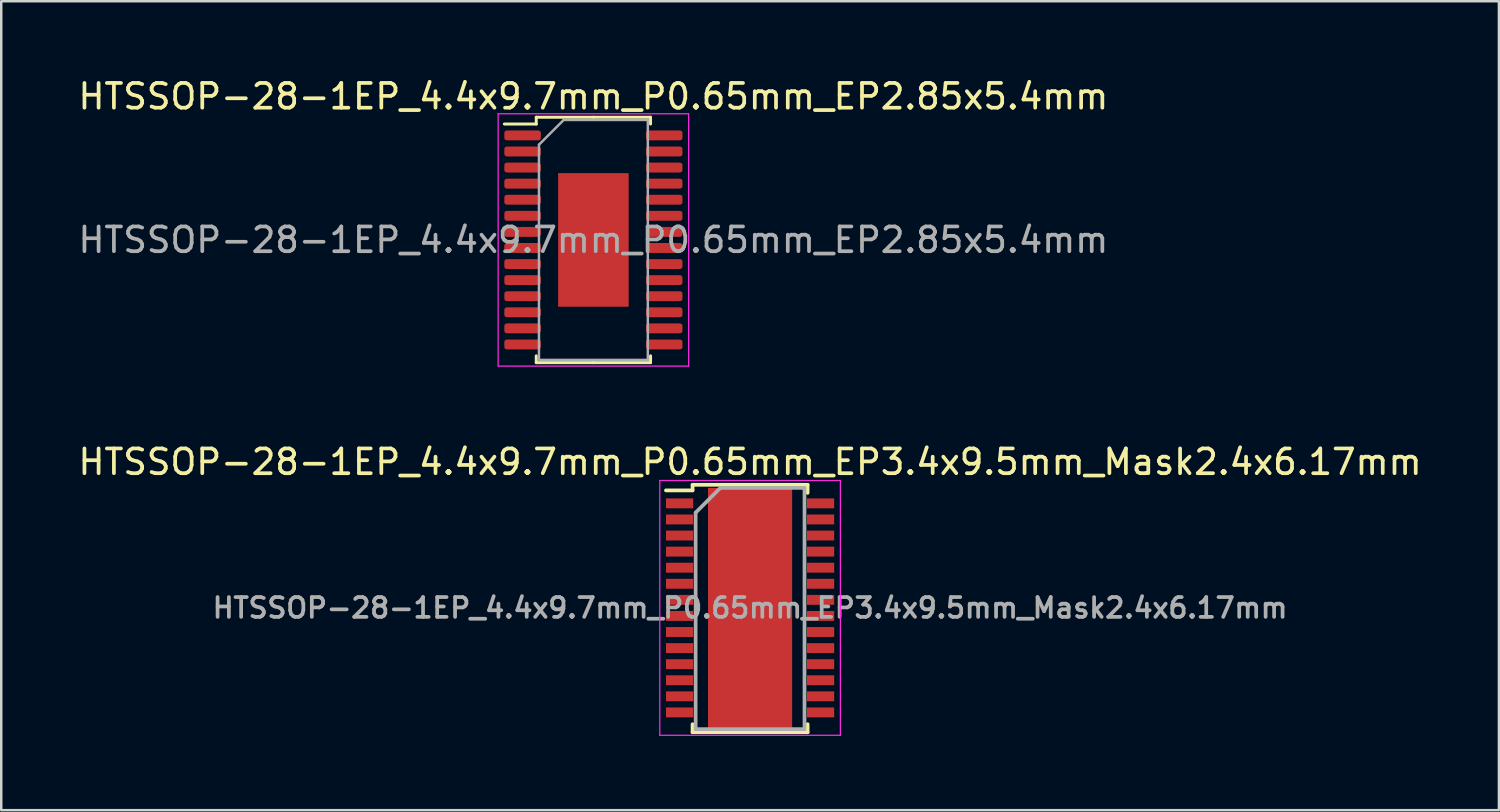
<source format=kicad_pcb>
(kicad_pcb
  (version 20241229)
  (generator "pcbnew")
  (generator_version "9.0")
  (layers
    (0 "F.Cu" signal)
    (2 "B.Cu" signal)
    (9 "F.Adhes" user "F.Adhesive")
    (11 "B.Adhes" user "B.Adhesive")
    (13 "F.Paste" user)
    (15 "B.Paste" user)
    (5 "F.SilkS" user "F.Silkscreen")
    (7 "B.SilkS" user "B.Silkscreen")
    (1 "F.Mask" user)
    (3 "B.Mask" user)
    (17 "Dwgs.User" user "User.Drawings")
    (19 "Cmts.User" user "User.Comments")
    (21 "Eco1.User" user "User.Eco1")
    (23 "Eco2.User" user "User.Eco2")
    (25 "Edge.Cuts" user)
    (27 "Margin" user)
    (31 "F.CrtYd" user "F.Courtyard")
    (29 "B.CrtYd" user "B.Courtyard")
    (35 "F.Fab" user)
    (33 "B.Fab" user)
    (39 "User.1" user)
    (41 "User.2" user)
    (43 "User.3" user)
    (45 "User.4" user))
  (footprint "HTSSOP-28-1EP_4.4x9.7mm_P0.65mm_EP2.85x5.4mm"
    (layer "F.Cu")
    (at 20.935 6.648)
    (property "Reference" "HTSSOP-28-1EP_4.4x9.7mm_P0.65mm_EP2.85x5.4mm" (at 0 -5.8 0) (layer "F.SilkS") (effects (font (size 1 1) (thickness 0.15))))
    (attr smd)
    (fp_line (start -2.31 -4.96) (end -2.31 -4.685) (stroke (width 0.12) (type solid)) (layer "F.SilkS"))
    (fp_line (start -2.31 -4.685) (end -3.6 -4.685) (stroke (width 0.12) (type solid)) (layer "F.SilkS"))
    (fp_line (start -2.31 4.96) (end -2.31 4.685) (stroke (width 0.12) (type solid)) (layer "F.SilkS"))
    (fp_line (start 0 -4.96) (end -2.31 -4.96) (stroke (width 0.12) (type solid)) (layer "F.SilkS"))
    (fp_line (start 0 -4.96) (end 2.31 -4.96) (stroke (width 0.12) (type solid)) (layer "F.SilkS"))
    (fp_line (start 0 4.96) (end -2.31 4.96) (stroke (width 0.12) (type solid)) (layer "F.SilkS"))
    (fp_line (start 0 4.96) (end 2.31 4.96) (stroke (width 0.12) (type solid)) (layer "F.SilkS"))
    (fp_line (start 2.31 -4.96) (end 2.31 -4.685) (stroke (width 0.12) (type solid)) (layer "F.SilkS"))
    (fp_line (start 2.31 4.96) (end 2.31 4.685) (stroke (width 0.12) (type solid)) (layer "F.SilkS"))
    (fp_line (start -3.85 -5.1) (end -3.85 5.1) (stroke (width 0.05) (type solid)) (layer "F.CrtYd"))
    (fp_line (start -3.85 5.1) (end 3.85 5.1) (stroke (width 0.05) (type solid)) (layer "F.CrtYd"))
    (fp_line (start 3.85 -5.1) (end -3.85 -5.1) (stroke (width 0.05) (type solid)) (layer "F.CrtYd"))
    (fp_line (start 3.85 5.1) (end 3.85 -5.1) (stroke (width 0.05) (type solid)) (layer "F.CrtYd"))
    (fp_line (start -2.2 -3.85) (end -1.2 -4.85) (stroke (width 0.1) (type solid)) (layer "F.Fab"))
    (fp_line (start -2.2 4.85) (end -2.2 -3.85) (stroke (width 0.1) (type solid)) (layer "F.Fab"))
    (fp_line (start -1.2 -4.85) (end 2.2 -4.85) (stroke (width 0.1) (type solid)) (layer "F.Fab"))
    (fp_line (start 2.2 -4.85) (end 2.2 4.85) (stroke (width 0.1) (type solid)) (layer "F.Fab"))
    (fp_line (start 2.2 4.85) (end -2.2 4.85) (stroke (width 0.1) (type solid)) (layer "F.Fab"))
    (fp_text user "${REFERENCE}" (at 0 0 0) (layer "F.Fab") (effects (font (size 1 1) (thickness 0.15))))
    (pad "" smd roundrect (at 0 0) (size 2.3 4.35) (layers "F.Paste") (roundrect_rratio 0.109))
    (pad "1" smd roundrect (at -2.862 -4.225) (size 1.475 0.4) (layers "F.Cu" "F.Mask" "F.Paste") (roundrect_rratio 0.25))
    (pad "2" smd roundrect (at -2.862 -3.575) (size 1.475 0.4) (layers "F.Cu" "F.Mask" "F.Paste") (roundrect_rratio 0.25))
    (pad "3" smd roundrect (at -2.862 -2.925) (size 1.475 0.4) (layers "F.Cu" "F.Mask" "F.Paste") (roundrect_rratio 0.25))
    (pad "4" smd roundrect (at -2.862 -2.275) (size 1.475 0.4) (layers "F.Cu" "F.Mask" "F.Paste") (roundrect_rratio 0.25))
    (pad "5" smd roundrect (at -2.862 -1.625) (size 1.475 0.4) (layers "F.Cu" "F.Mask" "F.Paste") (roundrect_rratio 0.25))
    (pad "6" smd roundrect (at -2.862 -0.975) (size 1.475 0.4) (layers "F.Cu" "F.Mask" "F.Paste") (roundrect_rratio 0.25))
    (pad "7" smd roundrect (at -2.862 -0.325) (size 1.475 0.4) (layers "F.Cu" "F.Mask" "F.Paste") (roundrect_rratio 0.25))
    (pad "8" smd roundrect (at -2.862 0.325) (size 1.475 0.4) (layers "F.Cu" "F.Mask" "F.Paste") (roundrect_rratio 0.25))
    (pad "9" smd roundrect (at -2.862 0.975) (size 1.475 0.4) (layers "F.Cu" "F.Mask" "F.Paste") (roundrect_rratio 0.25))
    (pad "10" smd roundrect (at -2.862 1.625) (size 1.475 0.4) (layers "F.Cu" "F.Mask" "F.Paste") (roundrect_rratio 0.25))
    (pad "11" smd roundrect (at -2.862 2.275) (size 1.475 0.4) (layers "F.Cu" "F.Mask" "F.Paste") (roundrect_rratio 0.25))
    (pad "12" smd roundrect (at -2.862 2.925) (size 1.475 0.4) (layers "F.Cu" "F.Mask" "F.Paste") (roundrect_rratio 0.25))
    (pad "13" smd roundrect (at -2.862 3.575) (size 1.475 0.4) (layers "F.Cu" "F.Mask" "F.Paste") (roundrect_rratio 0.25))
    (pad "14" smd roundrect (at -2.862 4.225) (size 1.475 0.4) (layers "F.Cu" "F.Mask" "F.Paste") (roundrect_rratio 0.25))
    (pad "15" smd roundrect (at 2.862 4.225) (size 1.475 0.4) (layers "F.Cu" "F.Mask" "F.Paste") (roundrect_rratio 0.25))
    (pad "16" smd roundrect (at 2.862 3.575) (size 1.475 0.4) (layers "F.Cu" "F.Mask" "F.Paste") (roundrect_rratio 0.25))
    (pad "17" smd roundrect (at 2.862 2.925) (size 1.475 0.4) (layers "F.Cu" "F.Mask" "F.Paste") (roundrect_rratio 0.25))
    (pad "18" smd roundrect (at 2.862 2.275) (size 1.475 0.4) (layers "F.Cu" "F.Mask" "F.Paste") (roundrect_rratio 0.25))
    (pad "19" smd roundrect (at 2.862 1.625) (size 1.475 0.4) (layers "F.Cu" "F.Mask" "F.Paste") (roundrect_rratio 0.25))
    (pad "20" smd roundrect (at 2.862 0.975) (size 1.475 0.4) (layers "F.Cu" "F.Mask" "F.Paste") (roundrect_rratio 0.25))
    (pad "21" smd roundrect (at 2.862 0.325) (size 1.475 0.4) (layers "F.Cu" "F.Mask" "F.Paste") (roundrect_rratio 0.25))
    (pad "22" smd roundrect (at 2.862 -0.325) (size 1.475 0.4) (layers "F.Cu" "F.Mask" "F.Paste") (roundrect_rratio 0.25))
    (pad "23" smd roundrect (at 2.862 -0.975) (size 1.475 0.4) (layers "F.Cu" "F.Mask" "F.Paste") (roundrect_rratio 0.25))
    (pad "24" smd roundrect (at 2.862 -1.625) (size 1.475 0.4) (layers "F.Cu" "F.Mask" "F.Paste") (roundrect_rratio 0.25))
    (pad "25" smd roundrect (at 2.862 -2.275) (size 1.475 0.4) (layers "F.Cu" "F.Mask" "F.Paste") (roundrect_rratio 0.25))
    (pad "26" smd roundrect (at 2.862 -2.925) (size 1.475 0.4) (layers "F.Cu" "F.Mask" "F.Paste") (roundrect_rratio 0.25))
    (pad "27" smd roundrect (at 2.862 -3.575) (size 1.475 0.4) (layers "F.Cu" "F.Mask" "F.Paste") (roundrect_rratio 0.25))
    (pad "28" smd roundrect (at 2.862 -4.225) (size 1.475 0.4) (layers "F.Cu" "F.Mask" "F.Paste") (roundrect_rratio 0.25))
    (pad "29" smd rect (at 0 0) (size 2.85 5.4) (layers "F.Cu" "F.Mask")))
  (footprint "HTSSOP-28-1EP_4.4x9.7mm_P0.65mm_EP3.4x9.5mm_Mask2.4x6.17mm"
    (layer "F.Cu")
    (at 27.268 21.521)
    (property "Reference" "HTSSOP-28-1EP_4.4x9.7mm_P0.65mm_EP3.4x9.5mm_Mask2.4x6.17mm" (at 0 -5.9 0) (layer "F.SilkS") (effects (font (size 1 1) (thickness 0.15))))
    (attr smd)
    (fp_line (start -2.325 -4.975) (end -2.325 -4.75) (stroke (width 0.15) (type solid)) (layer "F.SilkS"))
    (fp_line (start -2.325 -4.975) (end 2.325 -4.975) (stroke (width 0.15) (type solid)) (layer "F.SilkS"))
    (fp_line (start -2.325 -4.75) (end -3.4 -4.75) (stroke (width 0.15) (type solid)) (layer "F.SilkS"))
    (fp_line (start -2.325 5.026) (end -2.325 4.701) (stroke (width 0.15) (type solid)) (layer "F.SilkS"))
    (fp_line (start -2.325 5.026) (end 2.325 5.026) (stroke (width 0.15) (type solid)) (layer "F.SilkS"))
    (fp_line (start 2.325 -4.975) (end 2.325 -4.65) (stroke (width 0.15) (type solid)) (layer "F.SilkS"))
    (fp_line (start 2.325 5.026) (end 2.325 4.701) (stroke (width 0.15) (type solid)) (layer "F.SilkS"))
    (fp_line (start -3.65 -5.15) (end -3.65 5.15) (stroke (width 0.05) (type solid)) (layer "F.CrtYd"))
    (fp_line (start -3.65 -5.15) (end 3.65 -5.15) (stroke (width 0.05) (type solid)) (layer "F.CrtYd"))
    (fp_line (start -3.65 5.15) (end 3.65 5.15) (stroke (width 0.05) (type solid)) (layer "F.CrtYd"))
    (fp_line (start 3.65 -5.15) (end 3.65 5.15) (stroke (width 0.05) (type solid)) (layer "F.CrtYd"))
    (fp_line (start -2.2 -3.85) (end -1.2 -4.85) (stroke (width 0.15) (type solid)) (layer "F.Fab"))
    (fp_line (start -2.2 4.85) (end -2.2 -3.85) (stroke (width 0.15) (type solid)) (layer "F.Fab"))
    (fp_line (start -1.2 -4.85) (end 2.2 -4.85) (stroke (width 0.15) (type solid)) (layer "F.Fab"))
    (fp_line (start 2.2 -4.85) (end 2.2 4.85) (stroke (width 0.15) (type solid)) (layer "F.Fab"))
    (fp_line (start 2.2 4.901) (end -2.2 4.901) (stroke (width 0.15) (type solid)) (layer "F.Fab"))
    (fp_text user "${REFERENCE}" (at 0 0 0) (layer "F.Fab") (effects (font (size 0.8 0.8) (thickness 0.15))))
    (pad "" smd rect (at -0.6 -2.468) (size 0.9 0.93) (layers "F.Paste"))
    (pad "" smd rect (at -0.6 -1.234) (size 0.9 0.93) (layers "F.Paste"))
    (pad "" smd rect (at -0.6 0) (size 0.9 0.93) (layers "F.Paste"))
    (pad "" smd rect (at -0.6 1.234) (size 0.9 0.93) (layers "F.Paste"))
    (pad "" smd rect (at -0.6 2.468) (size 0.9 0.93) (layers "F.Paste"))
    (pad "" smd rect (at 0 0) (size 2.4 6.17) (layers "F.Mask"))
    (pad "" smd rect (at 0.6 -2.468) (size 0.9 0.93) (layers "F.Paste"))
    (pad "" smd rect (at 0.6 -1.234) (size 0.9 0.93) (layers "F.Paste"))
    (pad "" smd rect (at 0.6 0) (size 0.9 0.93) (layers "F.Paste"))
    (pad "" smd rect (at 0.6 1.234) (size 0.9 0.93) (layers "F.Paste"))
    (pad "" smd rect (at 0.6 2.468) (size 0.9 0.93) (layers "F.Paste"))
    (pad "1" smd rect (at -2.85 -4.225) (size 1.1 0.4) (layers "F.Cu" "F.Mask" "F.Paste"))
    (pad "2" smd rect (at -2.85 -3.575) (size 1.1 0.4) (layers "F.Cu" "F.Mask" "F.Paste"))
    (pad "3" smd rect (at -2.85 -2.925) (size 1.1 0.4) (layers "F.Cu" "F.Mask" "F.Paste"))
    (pad "4" smd rect (at -2.85 -2.275) (size 1.1 0.4) (layers "F.Cu" "F.Mask" "F.Paste"))
    (pad "5" smd rect (at -2.85 -1.625) (size 1.1 0.4) (layers "F.Cu" "F.Mask" "F.Paste"))
    (pad "6" smd rect (at -2.85 -0.975) (size 1.1 0.4) (layers "F.Cu" "F.Mask" "F.Paste"))
    (pad "7" smd rect (at -2.85 -0.325) (size 1.1 0.4) (layers "F.Cu" "F.Mask" "F.Paste"))
    (pad "8" smd rect (at -2.85 0.325) (size 1.1 0.4) (layers "F.Cu" "F.Mask" "F.Paste"))
    (pad "9" smd rect (at -2.85 0.975) (size 1.1 0.4) (layers "F.Cu" "F.Mask" "F.Paste"))
    (pad "10" smd rect (at -2.85 1.625) (size 1.1 0.4) (layers "F.Cu" "F.Mask" "F.Paste"))
    (pad "11" smd rect (at -2.85 2.275) (size 1.1 0.4) (layers "F.Cu" "F.Mask" "F.Paste"))
    (pad "12" smd rect (at -2.85 2.925) (size 1.1 0.4) (layers "F.Cu" "F.Mask" "F.Paste"))
    (pad "13" smd rect (at -2.85 3.575) (size 1.1 0.4) (layers "F.Cu" "F.Mask" "F.Paste"))
    (pad "14" smd rect (at -2.85 4.225) (size 1.1 0.4) (layers "F.Cu" "F.Mask" "F.Paste"))
    (pad "15" smd rect (at 2.85 4.225) (size 1.1 0.4) (layers "F.Cu" "F.Mask" "F.Paste"))
    (pad "16" smd rect (at 2.85 3.575) (size 1.1 0.4) (layers "F.Cu" "F.Mask" "F.Paste"))
    (pad "17" smd rect (at 2.85 2.925) (size 1.1 0.4) (layers "F.Cu" "F.Mask" "F.Paste"))
    (pad "18" smd rect (at 2.85 2.275) (size 1.1 0.4) (layers "F.Cu" "F.Mask" "F.Paste"))
    (pad "19" smd rect (at 2.85 1.625) (size 1.1 0.4) (layers "F.Cu" "F.Mask" "F.Paste"))
    (pad "20" smd rect (at 2.85 0.975) (size 1.1 0.4) (layers "F.Cu" "F.Mask" "F.Paste"))
    (pad "21" smd rect (at 2.85 0.325) (size 1.1 0.4) (layers "F.Cu" "F.Mask" "F.Paste"))
    (pad "22" smd rect (at 2.85 -0.325) (size 1.1 0.4) (layers "F.Cu" "F.Mask" "F.Paste"))
    (pad "23" smd rect (at 2.85 -0.975) (size 1.1 0.4) (layers "F.Cu" "F.Mask" "F.Paste"))
    (pad "24" smd rect (at 2.85 -1.625) (size 1.1 0.4) (layers "F.Cu" "F.Mask" "F.Paste"))
    (pad "25" smd rect (at 2.85 -2.275) (size 1.1 0.4) (layers "F.Cu" "F.Mask" "F.Paste"))
    (pad "26" smd rect (at 2.85 -2.925) (size 1.1 0.4) (layers "F.Cu" "F.Mask" "F.Paste"))
    (pad "27" smd rect (at 2.85 -3.575) (size 1.1 0.4) (layers "F.Cu" "F.Mask" "F.Paste"))
    (pad "28" smd rect (at 2.85 -4.225) (size 1.1 0.4) (layers "F.Cu" "F.Mask" "F.Paste"))
    (pad "29" smd rect (at 0 0) (size 3.4 9.7) (layers "F.Cu")))
  (gr_rect
    (start -3 -3)
    (end 57.536 29.697)
    (stroke (width 0.1) (type default))
    (fill no)
    (layer "Edge.Cuts")))
</source>
